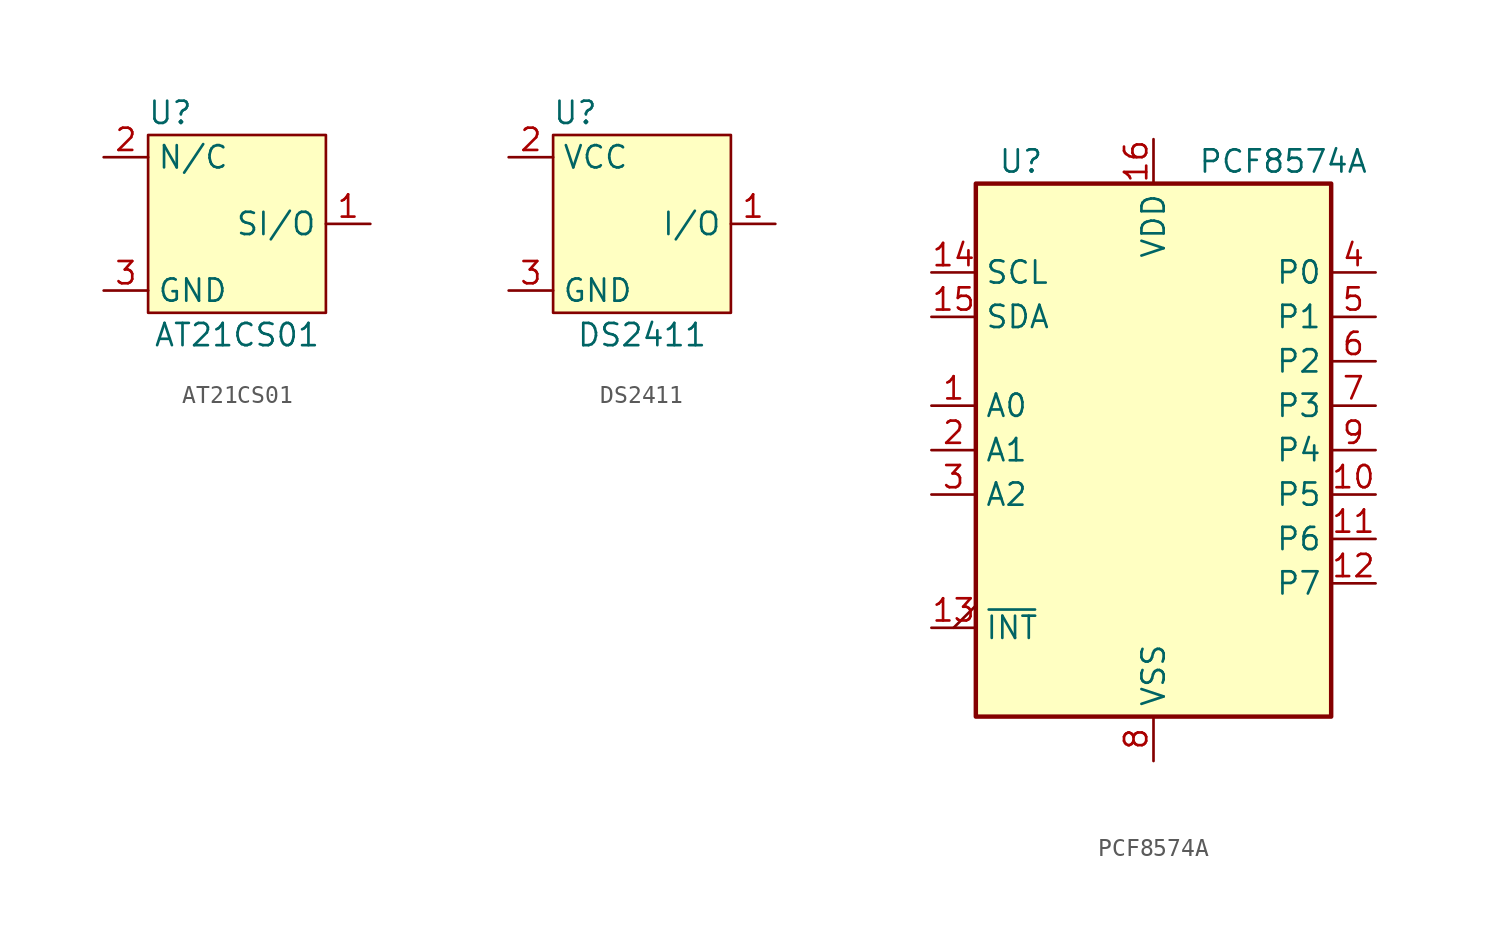
<source format=kicad_sym>
(kicad_symbol_lib
  (version 20211014)
  (generator kicad_symbol_editor)
  (symbol "AT21CS01"
    (property "Reference" "U"
      (at -3.81 6.35 0)
      (effects (font (size 1.27 1.27))))
    (property "Value" "AT21CS01"
      (at 0 -6.35 0)
      (effects (font (size 1.27 1.27))))
    (symbol "AT21CS01_0_0"
      (pin unspecified line (at 7.62 0 180) (length 2.54) (name "SI/O" (effects (font (size 1.27 1.27)))) (number "1" (effects (font (size 1.27 1.27)))))
      (pin unspecified line (at -7.62 3.81 0) (length 2.54) (name "N/C" (effects (font (size 1.27 1.27)))) (number "2" (effects (font (size 1.27 1.27)))))
      (pin unspecified line (at -7.62 -3.81 0) (length 2.54) (name "GND" (effects (font (size 1.27 1.27)))) (number "3" (effects (font (size 1.27 1.27))))))
    (symbol "AT21CS01_0_1"
      (rectangle (start -5.08 5.08) (end 5.08 -5.08) (stroke (width 0) (type default) (color 0 0 0 0)) (fill (type background)))))
  (symbol "DS2411"
    (property "Reference" "U"
      (at -3.81 6.35 0)
      (effects (font (size 1.27 1.27))))
    (property "Value" "DS2411"
      (at 0 -6.35 0)
      (effects (font (size 1.27 1.27))))
    (symbol "DS2411_0_0"
      (pin unspecified line (at 7.62 0 180) (length 2.54) (name "I/O" (effects (font (size 1.27 1.27)))) (number "1" (effects (font (size 1.27 1.27)))))
      (pin unspecified line (at -7.62 3.81 0) (length 2.54) (name "VCC" (effects (font (size 1.27 1.27)))) (number "2" (effects (font (size 1.27 1.27)))))
      (pin unspecified line (at -7.62 -3.81 0) (length 2.54) (name "GND" (effects (font (size 1.27 1.27)))) (number "3" (effects (font (size 1.27 1.27))))))
    (symbol "DS2411_0_1"
      (rectangle (start -5.08 5.08) (end 5.08 -5.08) (stroke (width 0) (type default) (color 0 0 0 0)) (fill (type background)))))
  (symbol "PCF8574A"
    (property "Reference" "U"
      (at -8.89 16.51 0)
      (effects (font (size 1.27 1.27)) (justify left)))
    (property "Value" "PCF8574A"
      (at 2.54 16.51 0)
      (effects (font (size 1.27 1.27)) (justify left)))
    (symbol "PCF8574A_0_1"
      (rectangle (start -10.16 15.24) (end 10.16 -15.24) (stroke (width 0.254) (type default) (color 0 0 0 0)) (fill (type background))))
    (symbol "PCF8574A_1_1"
      (pin input line (at -12.7 2.54 0) (length 2.54) (name "A0" (effects (font (size 1.27 1.27)))) (number "1" (effects (font (size 1.27 1.27)))))
      (pin bidirectional line (at 12.7 -2.54 180) (length 2.54) (name "P5" (effects (font (size 1.27 1.27)))) (number "10" (effects (font (size 1.27 1.27)))))
      (pin bidirectional line (at 12.7 -5.08 180) (length 2.54) (name "P6" (effects (font (size 1.27 1.27)))) (number "11" (effects (font (size 1.27 1.27)))))
      (pin bidirectional line (at 12.7 -7.62 180) (length 2.54) (name "P7" (effects (font (size 1.27 1.27)))) (number "12" (effects (font (size 1.27 1.27)))))
      (pin open_collector output_low (at -12.7 -10.16 0) (length 2.54) (name "~{INT}" (effects (font (size 1.27 1.27)))) (number "13" (effects (font (size 1.27 1.27)))))
      (pin input line (at -12.7 10.16 0) (length 2.54) (name "SCL" (effects (font (size 1.27 1.27)))) (number "14" (effects (font (size 1.27 1.27)))))
      (pin bidirectional line (at -12.7 7.62 0) (length 2.54) (name "SDA" (effects (font (size 1.27 1.27)))) (number "15" (effects (font (size 1.27 1.27)))))
      (pin power_in line (at 0 17.78 270) (length 2.54) (name "VDD" (effects (font (size 1.27 1.27)))) (number "16" (effects (font (size 1.27 1.27)))))
      (pin input line (at -12.7 0 0) (length 2.54) (name "A1" (effects (font (size 1.27 1.27)))) (number "2" (effects (font (size 1.27 1.27)))))
      (pin input line (at -12.7 -2.54 0) (length 2.54) (name "A2" (effects (font (size 1.27 1.27)))) (number "3" (effects (font (size 1.27 1.27)))))
      (pin bidirectional line (at 12.7 10.16 180) (length 2.54) (name "P0" (effects (font (size 1.27 1.27)))) (number "4" (effects (font (size 1.27 1.27)))))
      (pin bidirectional line (at 12.7 7.62 180) (length 2.54) (name "P1" (effects (font (size 1.27 1.27)))) (number "5" (effects (font (size 1.27 1.27)))))
      (pin bidirectional line (at 12.7 5.08 180) (length 2.54) (name "P2" (effects (font (size 1.27 1.27)))) (number "6" (effects (font (size 1.27 1.27)))))
      (pin bidirectional line (at 12.7 2.54 180) (length 2.54) (name "P3" (effects (font (size 1.27 1.27)))) (number "7" (effects (font (size 1.27 1.27)))))
      (pin power_in line (at 0 -17.78 90) (length 2.54) (name "VSS" (effects (font (size 1.27 1.27)))) (number "8" (effects (font (size 1.27 1.27)))))
      (pin bidirectional line (at 12.7 0 180) (length 2.54) (name "P4" (effects (font (size 1.27 1.27)))) (number "9" (effects (font (size 1.27 1.27))))))))
</source>
